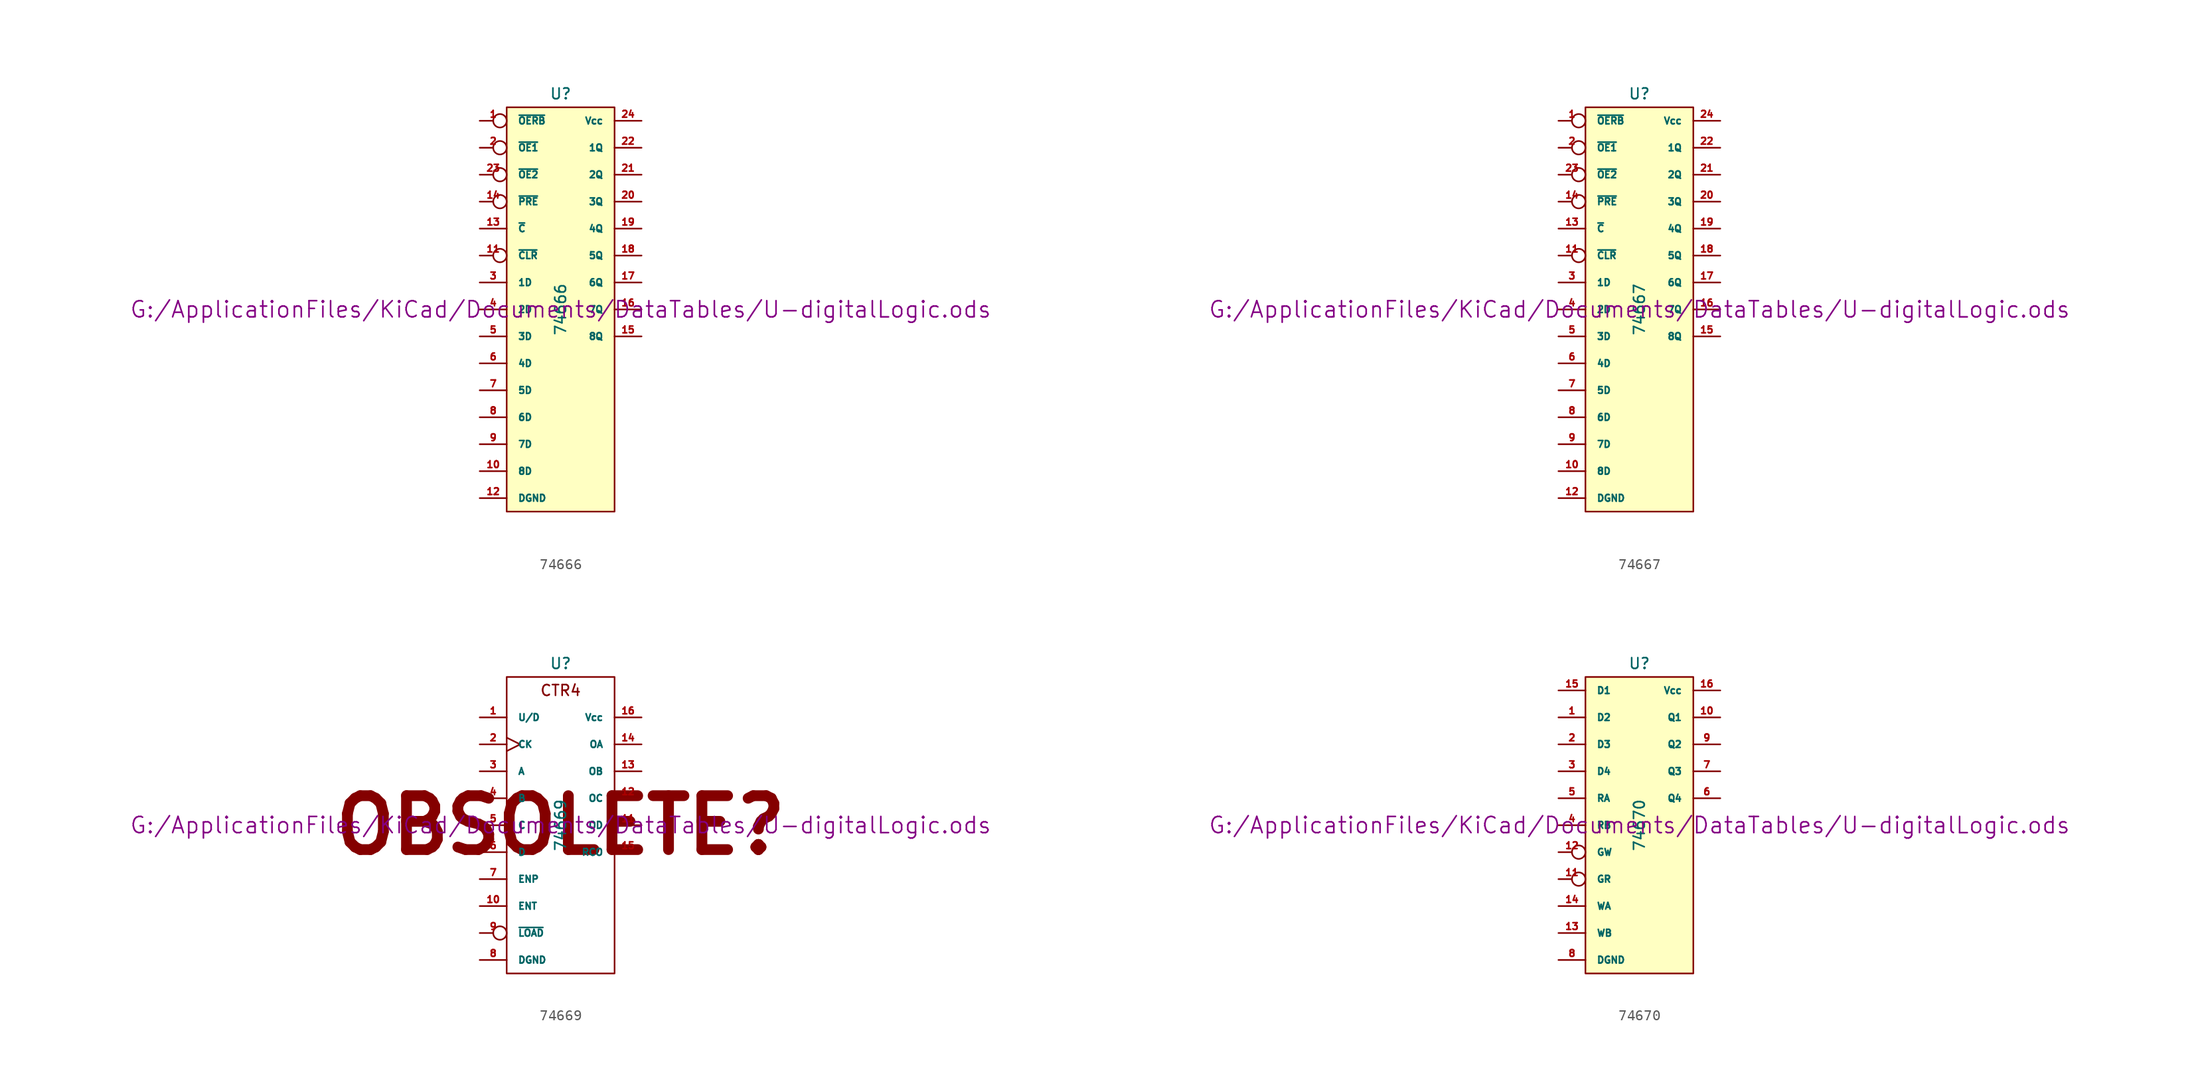
<source format=kicad_sym>
(kicad_symbol_lib
  (version 20211014)
  (generator kicad_symbol_editor)
  (symbol "74666"
    (pin_names
      (offset 1.016))
    (property "Reference" "U"
      (at 0 20.32 0)
      (effects (font (size 1.016 1.016))))
    (property "Value" "74666"
      (at 0 0 90)
      (effects (font (size 1.016 1.016))))
    (property "Footprint" ""
      (at 0 0 0)
      (effects (font (size 1.524 1.524))))
    (property "Datasheet" "G:/ApplicationFiles/KiCad/Documents/DataTables/U-digitalLogic.ods"
      (at 0 0 0)
      (effects (font (size 1.524 1.524))))
    (symbol "74666_0_1"
      (rectangle (start -5.08 19.05) (end 5.08 -19.05) (stroke (width 0) (type default) (color 0 0 0 0)) (fill (type background))))
    (symbol "74666_1_1"
      (pin input inverted (at -7.62 17.78 0) (length 2.54) (name "~{OERB}" (effects (font (size 0.635 0.635)))) (number "1" (effects (font (size 0.635 0.635)))))
      (pin input line (at -7.62 -15.24 0) (length 2.54) (name "8D" (effects (font (size 0.635 0.635)))) (number "10" (effects (font (size 0.635 0.635)))))
      (pin input inverted (at -7.62 5.08 0) (length 2.54) (name "~{CLR}" (effects (font (size 0.635 0.635)))) (number "11" (effects (font (size 0.635 0.635)))))
      (pin power_in line (at -7.62 -17.78 0) (length 2.54) (name "DGND" (effects (font (size 0.635 0.635)))) (number "12" (effects (font (size 0.635 0.635)))))
      (pin input line (at -7.62 7.62 0) (length 2.54) (name "~{C}" (effects (font (size 0.635 0.635)))) (number "13" (effects (font (size 0.635 0.635)))))
      (pin input inverted (at -7.62 10.16 0) (length 2.54) (name "~{PRE}" (effects (font (size 0.635 0.635)))) (number "14" (effects (font (size 0.635 0.635)))))
      (pin tri_state line (at 7.62 -2.54 180) (length 2.54) (name "8Q" (effects (font (size 0.635 0.635)))) (number "15" (effects (font (size 0.635 0.635)))))
      (pin tri_state line (at 7.62 0 180) (length 2.54) (name "7Q" (effects (font (size 0.635 0.635)))) (number "16" (effects (font (size 0.635 0.635)))))
      (pin tri_state line (at 7.62 2.54 180) (length 2.54) (name "6Q" (effects (font (size 0.635 0.635)))) (number "17" (effects (font (size 0.635 0.635)))))
      (pin tri_state line (at 7.62 5.08 180) (length 2.54) (name "5Q" (effects (font (size 0.635 0.635)))) (number "18" (effects (font (size 0.635 0.635)))))
      (pin tri_state line (at 7.62 7.62 180) (length 2.54) (name "4Q" (effects (font (size 0.635 0.635)))) (number "19" (effects (font (size 0.635 0.635)))))
      (pin input inverted (at -7.62 15.24 0) (length 2.54) (name "~{OE1}" (effects (font (size 0.635 0.635)))) (number "2" (effects (font (size 0.635 0.635)))))
      (pin tri_state line (at 7.62 10.16 180) (length 2.54) (name "3Q" (effects (font (size 0.635 0.635)))) (number "20" (effects (font (size 0.635 0.635)))))
      (pin tri_state line (at 7.62 12.7 180) (length 2.54) (name "2Q" (effects (font (size 0.635 0.635)))) (number "21" (effects (font (size 0.635 0.635)))))
      (pin tri_state line (at 7.62 15.24 180) (length 2.54) (name "1Q" (effects (font (size 0.635 0.635)))) (number "22" (effects (font (size 0.635 0.635)))))
      (pin input inverted (at -7.62 12.7 0) (length 2.54) (name "~{OE2}" (effects (font (size 0.635 0.635)))) (number "23" (effects (font (size 0.635 0.635)))))
      (pin power_in line (at 7.62 17.78 180) (length 2.54) (name "Vcc" (effects (font (size 0.635 0.635)))) (number "24" (effects (font (size 0.635 0.635)))))
      (pin input line (at -7.62 2.54 0) (length 2.54) (name "1D" (effects (font (size 0.635 0.635)))) (number "3" (effects (font (size 0.635 0.635)))))
      (pin input line (at -7.62 0 0) (length 2.54) (name "2D" (effects (font (size 0.635 0.635)))) (number "4" (effects (font (size 0.635 0.635)))))
      (pin input line (at -7.62 -2.54 0) (length 2.54) (name "3D" (effects (font (size 0.635 0.635)))) (number "5" (effects (font (size 0.635 0.635)))))
      (pin input line (at -7.62 -5.08 0) (length 2.54) (name "4D" (effects (font (size 0.635 0.635)))) (number "6" (effects (font (size 0.635 0.635)))))
      (pin input line (at -7.62 -7.62 0) (length 2.54) (name "5D" (effects (font (size 0.635 0.635)))) (number "7" (effects (font (size 0.635 0.635)))))
      (pin input line (at -7.62 -10.16 0) (length 2.54) (name "6D" (effects (font (size 0.635 0.635)))) (number "8" (effects (font (size 0.635 0.635)))))
      (pin input line (at -7.62 -12.7 0) (length 2.54) (name "7D" (effects (font (size 0.635 0.635)))) (number "9" (effects (font (size 0.635 0.635)))))))
  (symbol "74667"
    (pin_names
      (offset 1.016))
    (property "Reference" "U"
      (at 0 20.32 0)
      (effects (font (size 1.016 1.016))))
    (property "Value" "74667"
      (at 0 0 90)
      (effects (font (size 1.016 1.016))))
    (property "Footprint" ""
      (at 0 0 0)
      (effects (font (size 1.524 1.524))))
    (property "Datasheet" "G:/ApplicationFiles/KiCad/Documents/DataTables/U-digitalLogic.ods"
      (at 0 0 0)
      (effects (font (size 1.524 1.524))))
    (symbol "74667_0_1"
      (rectangle (start -5.08 19.05) (end 5.08 -19.05) (stroke (width 0) (type default) (color 0 0 0 0)) (fill (type background))))
    (symbol "74667_1_1"
      (pin input inverted (at -7.62 17.78 0) (length 2.54) (name "~{OERB}" (effects (font (size 0.635 0.635)))) (number "1" (effects (font (size 0.635 0.635)))))
      (pin input line (at -7.62 -15.24 0) (length 2.54) (name "8D" (effects (font (size 0.635 0.635)))) (number "10" (effects (font (size 0.635 0.635)))))
      (pin input inverted (at -7.62 5.08 0) (length 2.54) (name "~{CLR}" (effects (font (size 0.635 0.635)))) (number "11" (effects (font (size 0.635 0.635)))))
      (pin power_in line (at -7.62 -17.78 0) (length 2.54) (name "DGND" (effects (font (size 0.635 0.635)))) (number "12" (effects (font (size 0.635 0.635)))))
      (pin input line (at -7.62 7.62 0) (length 2.54) (name "~{C}" (effects (font (size 0.635 0.635)))) (number "13" (effects (font (size 0.635 0.635)))))
      (pin input inverted (at -7.62 10.16 0) (length 2.54) (name "~{PRE}" (effects (font (size 0.635 0.635)))) (number "14" (effects (font (size 0.635 0.635)))))
      (pin tri_state line (at 7.62 -2.54 180) (length 2.54) (name "8Q" (effects (font (size 0.635 0.635)))) (number "15" (effects (font (size 0.635 0.635)))))
      (pin tri_state line (at 7.62 0 180) (length 2.54) (name "7Q" (effects (font (size 0.635 0.635)))) (number "16" (effects (font (size 0.635 0.635)))))
      (pin tri_state line (at 7.62 2.54 180) (length 2.54) (name "6Q" (effects (font (size 0.635 0.635)))) (number "17" (effects (font (size 0.635 0.635)))))
      (pin tri_state line (at 7.62 5.08 180) (length 2.54) (name "5Q" (effects (font (size 0.635 0.635)))) (number "18" (effects (font (size 0.635 0.635)))))
      (pin tri_state line (at 7.62 7.62 180) (length 2.54) (name "4Q" (effects (font (size 0.635 0.635)))) (number "19" (effects (font (size 0.635 0.635)))))
      (pin input inverted (at -7.62 15.24 0) (length 2.54) (name "~{OE1}" (effects (font (size 0.635 0.635)))) (number "2" (effects (font (size 0.635 0.635)))))
      (pin tri_state line (at 7.62 10.16 180) (length 2.54) (name "3Q" (effects (font (size 0.635 0.635)))) (number "20" (effects (font (size 0.635 0.635)))))
      (pin tri_state line (at 7.62 12.7 180) (length 2.54) (name "2Q" (effects (font (size 0.635 0.635)))) (number "21" (effects (font (size 0.635 0.635)))))
      (pin tri_state line (at 7.62 15.24 180) (length 2.54) (name "1Q" (effects (font (size 0.635 0.635)))) (number "22" (effects (font (size 0.635 0.635)))))
      (pin input inverted (at -7.62 12.7 0) (length 2.54) (name "~{OE2}" (effects (font (size 0.635 0.635)))) (number "23" (effects (font (size 0.635 0.635)))))
      (pin power_in line (at 7.62 17.78 180) (length 2.54) (name "Vcc" (effects (font (size 0.635 0.635)))) (number "24" (effects (font (size 0.635 0.635)))))
      (pin input line (at -7.62 2.54 0) (length 2.54) (name "1D" (effects (font (size 0.635 0.635)))) (number "3" (effects (font (size 0.635 0.635)))))
      (pin input line (at -7.62 0 0) (length 2.54) (name "2D" (effects (font (size 0.635 0.635)))) (number "4" (effects (font (size 0.635 0.635)))))
      (pin input line (at -7.62 -2.54 0) (length 2.54) (name "3D" (effects (font (size 0.635 0.635)))) (number "5" (effects (font (size 0.635 0.635)))))
      (pin input line (at -7.62 -5.08 0) (length 2.54) (name "4D" (effects (font (size 0.635 0.635)))) (number "6" (effects (font (size 0.635 0.635)))))
      (pin input line (at -7.62 -7.62 0) (length 2.54) (name "5D" (effects (font (size 0.635 0.635)))) (number "7" (effects (font (size 0.635 0.635)))))
      (pin input line (at -7.62 -10.16 0) (length 2.54) (name "6D" (effects (font (size 0.635 0.635)))) (number "8" (effects (font (size 0.635 0.635)))))
      (pin input line (at -7.62 -12.7 0) (length 2.54) (name "7D" (effects (font (size 0.635 0.635)))) (number "9" (effects (font (size 0.635 0.635)))))))
  (symbol "74669"
    (pin_names
      (offset 1.016))
    (property "Reference" "U"
      (at 0 15.24 0)
      (effects (font (size 1.016 1.016))))
    (property "Value" "74669"
      (at 0 0 90)
      (effects (font (size 1.016 1.016))))
    (property "Footprint" ""
      (at 0 0 0)
      (effects (font (size 1.524 1.524))))
    (property "Datasheet" "G:/ApplicationFiles/KiCad/Documents/DataTables/U-digitalLogic.ods"
      (at 0 0 0)
      (effects (font (size 1.524 1.524))))
    (symbol "74669_0_0"
      (text "CTR4" (at 0 12.7 0) (effects (font (size 1.016 1.016))))
      (text "OBSOLETE?" (at 0 0 0) (effects (font (size 5.08 5.08) bold))))
    (symbol "74669_0_1"
      (rectangle (start -5.08 13.97) (end 5.08 -13.97) (stroke (width 0) (type default) (color 0 0 0 0)) (fill (type none))))
    (symbol "74669_1_1"
      (pin input line (at -7.62 10.16 0) (length 2.54) (name "U/D" (effects (font (size 0.635 0.635)))) (number "1" (effects (font (size 0.635 0.635)))))
      (pin input line (at -7.62 -7.62 0) (length 2.54) (name "ENT" (effects (font (size 0.635 0.635)))) (number "10" (effects (font (size 0.635 0.635)))))
      (pin output line (at 7.62 0 180) (length 2.54) (name "OD" (effects (font (size 0.635 0.635)))) (number "11" (effects (font (size 0.635 0.635)))))
      (pin output line (at 7.62 2.54 180) (length 2.54) (name "OC" (effects (font (size 0.635 0.635)))) (number "12" (effects (font (size 0.635 0.635)))))
      (pin output line (at 7.62 5.08 180) (length 2.54) (name "OB" (effects (font (size 0.635 0.635)))) (number "13" (effects (font (size 0.635 0.635)))))
      (pin output line (at 7.62 7.62 180) (length 2.54) (name "OA" (effects (font (size 0.635 0.635)))) (number "14" (effects (font (size 0.635 0.635)))))
      (pin output line (at 7.62 -2.54 180) (length 2.54) (name "RCO" (effects (font (size 0.635 0.635)))) (number "15" (effects (font (size 0.635 0.635)))))
      (pin power_in line (at 7.62 10.16 180) (length 2.54) (name "Vcc" (effects (font (size 0.635 0.635)))) (number "16" (effects (font (size 0.635 0.635)))))
      (pin input clock (at -7.62 7.62 0) (length 2.54) (name "CK" (effects (font (size 0.635 0.635)))) (number "2" (effects (font (size 0.635 0.635)))))
      (pin input line (at -7.62 5.08 0) (length 2.54) (name "A" (effects (font (size 0.635 0.635)))) (number "3" (effects (font (size 0.635 0.635)))))
      (pin input line (at -7.62 2.54 0) (length 2.54) (name "B" (effects (font (size 0.635 0.635)))) (number "4" (effects (font (size 0.635 0.635)))))
      (pin input line (at -7.62 0 0) (length 2.54) (name "C" (effects (font (size 0.635 0.635)))) (number "5" (effects (font (size 0.635 0.635)))))
      (pin input line (at -7.62 -2.54 0) (length 2.54) (name "D" (effects (font (size 0.635 0.635)))) (number "6" (effects (font (size 0.635 0.635)))))
      (pin input line (at -7.62 -5.08 0) (length 2.54) (name "ENP" (effects (font (size 0.635 0.635)))) (number "7" (effects (font (size 0.635 0.635)))))
      (pin power_in line (at -7.62 -12.7 0) (length 2.54) (name "DGND" (effects (font (size 0.635 0.635)))) (number "8" (effects (font (size 0.635 0.635)))))
      (pin input inverted (at -7.62 -10.16 0) (length 2.54) (name "~{LOAD}" (effects (font (size 0.635 0.635)))) (number "9" (effects (font (size 0.635 0.635)))))))
  (symbol "74670"
    (pin_names
      (offset 1.016))
    (property "Reference" "U"
      (at 0 15.24 0)
      (effects (font (size 1.016 1.016))))
    (property "Value" "74670"
      (at 0 0 90)
      (effects (font (size 1.016 1.016))))
    (property "Footprint" ""
      (at 0 0 0)
      (effects (font (size 1.524 1.524))))
    (property "Datasheet" "G:/ApplicationFiles/KiCad/Documents/DataTables/U-digitalLogic.ods"
      (at 0 0 0)
      (effects (font (size 1.524 1.524))))
    (symbol "74670_0_1"
      (rectangle (start -5.08 13.97) (end 5.08 -13.97) (stroke (width 0) (type default) (color 0 0 0 0)) (fill (type background))))
    (symbol "74670_1_1"
      (pin input line (at -7.62 10.16 0) (length 2.54) (name "D2" (effects (font (size 0.635 0.635)))) (number "1" (effects (font (size 0.635 0.635)))))
      (pin tri_state line (at 7.62 10.16 180) (length 2.54) (name "Q1" (effects (font (size 0.635 0.635)))) (number "10" (effects (font (size 0.635 0.635)))))
      (pin input inverted (at -7.62 -5.08 0) (length 2.54) (name "GR" (effects (font (size 0.635 0.635)))) (number "11" (effects (font (size 0.635 0.635)))))
      (pin input inverted (at -7.62 -2.54 0) (length 2.54) (name "GW" (effects (font (size 0.635 0.635)))) (number "12" (effects (font (size 0.635 0.635)))))
      (pin input line (at -7.62 -10.16 0) (length 2.54) (name "WB" (effects (font (size 0.635 0.635)))) (number "13" (effects (font (size 0.635 0.635)))))
      (pin input line (at -7.62 -7.62 0) (length 2.54) (name "WA" (effects (font (size 0.635 0.635)))) (number "14" (effects (font (size 0.635 0.635)))))
      (pin input line (at -7.62 12.7 0) (length 2.54) (name "D1" (effects (font (size 0.635 0.635)))) (number "15" (effects (font (size 0.635 0.635)))))
      (pin power_in line (at 7.62 12.7 180) (length 2.54) (name "Vcc" (effects (font (size 0.635 0.635)))) (number "16" (effects (font (size 0.635 0.635)))))
      (pin input line (at -7.62 7.62 0) (length 2.54) (name "D3" (effects (font (size 0.635 0.635)))) (number "2" (effects (font (size 0.635 0.635)))))
      (pin input line (at -7.62 5.08 0) (length 2.54) (name "D4" (effects (font (size 0.635 0.635)))) (number "3" (effects (font (size 0.635 0.635)))))
      (pin input line (at -7.62 0 0) (length 2.54) (name "RB" (effects (font (size 0.635 0.635)))) (number "4" (effects (font (size 0.635 0.635)))))
      (pin input line (at -7.62 2.54 0) (length 2.54) (name "RA" (effects (font (size 0.635 0.635)))) (number "5" (effects (font (size 0.635 0.635)))))
      (pin tri_state line (at 7.62 2.54 180) (length 2.54) (name "Q4" (effects (font (size 0.635 0.635)))) (number "6" (effects (font (size 0.635 0.635)))))
      (pin tri_state line (at 7.62 5.08 180) (length 2.54) (name "Q3" (effects (font (size 0.635 0.635)))) (number "7" (effects (font (size 0.635 0.635)))))
      (pin power_in line (at -7.62 -12.7 0) (length 2.54) (name "DGND" (effects (font (size 0.635 0.635)))) (number "8" (effects (font (size 0.635 0.635)))))
      (pin tri_state line (at 7.62 7.62 180) (length 2.54) (name "Q2" (effects (font (size 0.635 0.635)))) (number "9" (effects (font (size 0.635 0.635))))))))
</source>
